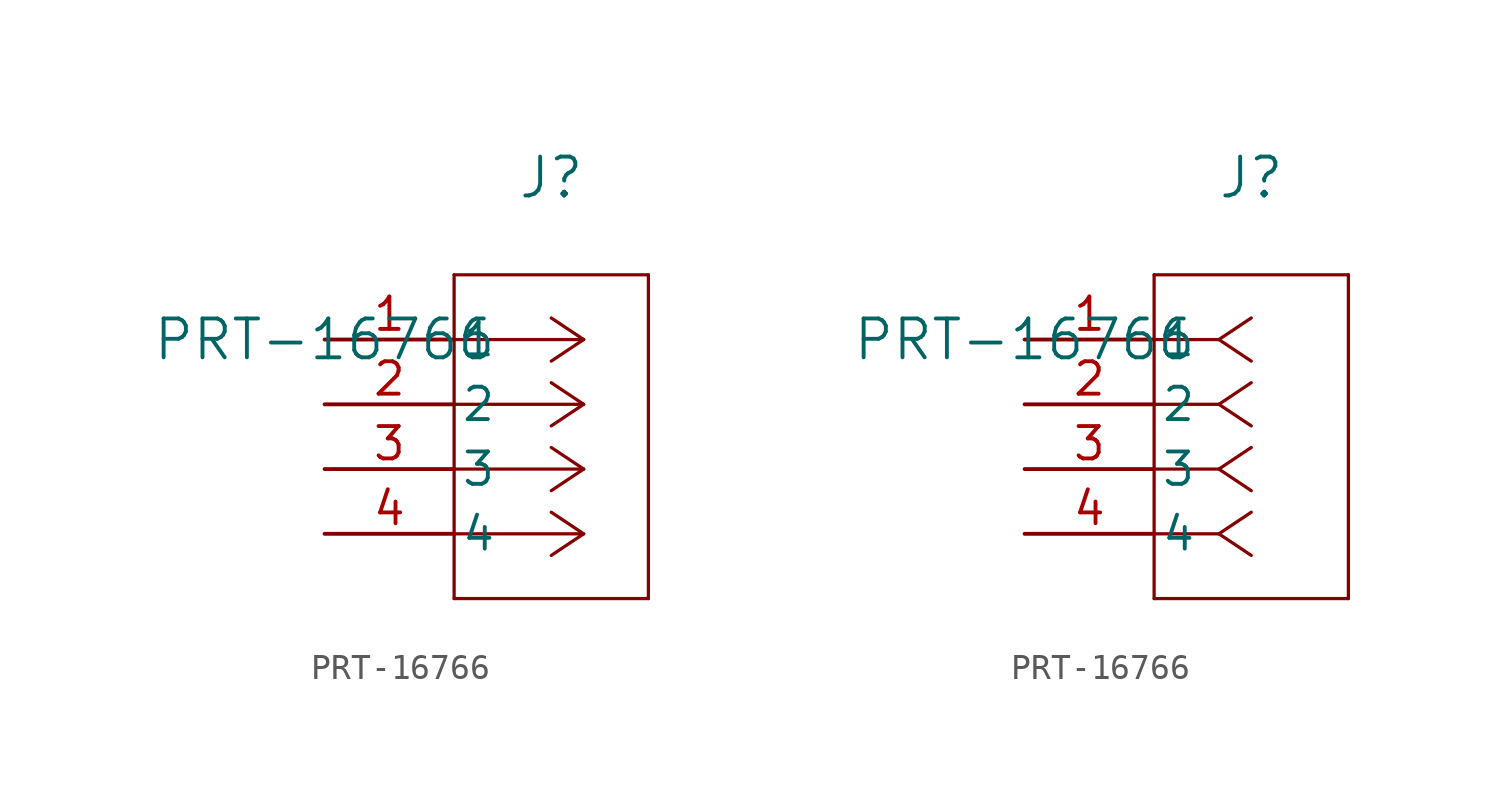
<source format=kicad_sym>
(kicad_symbol_lib
  (version 20211014)
  (generator kicad_symbol_editor)
  (symbol "PRT-16766"
    (pin_names
      (offset 0.254))
    (property "Reference" "J"
      (at 8.89 6.35 0)
      (effects (font (size 1.524 1.524))))
    (property "Value" "PRT-16766"
      (at 0 0 0)
      (effects (font (size 1.524 1.524))))
    (symbol "PRT-16766_1_1"
      (polyline (pts (xy 10.16 0) (xy 5.08 0)) (stroke (width 0.127) (type default) (color 0 0 0 0)) (fill (type none)))
      (polyline (pts (xy 10.16 -2.54) (xy 5.08 -2.54)) (stroke (width 0.127) (type default) (color 0 0 0 0)) (fill (type none)))
      (polyline (pts (xy 10.16 -5.08) (xy 5.08 -5.08)) (stroke (width 0.127) (type default) (color 0 0 0 0)) (fill (type none)))
      (polyline (pts (xy 10.16 -7.62) (xy 5.08 -7.62)) (stroke (width 0.127) (type default) (color 0 0 0 0)) (fill (type none)))
      (polyline (pts (xy 10.16 0) (xy 8.89 0.847)) (stroke (width 0.127) (type default) (color 0 0 0 0)) (fill (type none)))
      (polyline (pts (xy 10.16 -2.54) (xy 8.89 -1.693)) (stroke (width 0.127) (type default) (color 0 0 0 0)) (fill (type none)))
      (polyline (pts (xy 10.16 -5.08) (xy 8.89 -4.233)) (stroke (width 0.127) (type default) (color 0 0 0 0)) (fill (type none)))
      (polyline (pts (xy 10.16 -7.62) (xy 8.89 -6.773)) (stroke (width 0.127) (type default) (color 0 0 0 0)) (fill (type none)))
      (polyline (pts (xy 10.16 0) (xy 8.89 -0.847)) (stroke (width 0.127) (type default) (color 0 0 0 0)) (fill (type none)))
      (polyline (pts (xy 10.16 -2.54) (xy 8.89 -3.387)) (stroke (width 0.127) (type default) (color 0 0 0 0)) (fill (type none)))
      (polyline (pts (xy 10.16 -5.08) (xy 8.89 -5.927)) (stroke (width 0.127) (type default) (color 0 0 0 0)) (fill (type none)))
      (polyline (pts (xy 10.16 -7.62) (xy 8.89 -8.467)) (stroke (width 0.127) (type default) (color 0 0 0 0)) (fill (type none)))
      (polyline (pts (xy 5.08 2.54) (xy 5.08 -10.16)) (stroke (width 0.127) (type default) (color 0 0 0 0)) (fill (type none)))
      (polyline (pts (xy 5.08 -10.16) (xy 12.7 -10.16)) (stroke (width 0.127) (type default) (color 0 0 0 0)) (fill (type none)))
      (polyline (pts (xy 12.7 -10.16) (xy 12.7 2.54)) (stroke (width 0.127) (type default) (color 0 0 0 0)) (fill (type none)))
      (polyline (pts (xy 12.7 2.54) (xy 5.08 2.54)) (stroke (width 0.127) (type default) (color 0 0 0 0)) (fill (type none)))
      (pin unspecified line (at 0 0 0) (length 5.08) (name "1" (effects (font (size 1.27 1.27)))) (number "1" (effects (font (size 1.27 1.27)))))
      (pin unspecified line (at 0 -2.54 0) (length 5.08) (name "2" (effects (font (size 1.27 1.27)))) (number "2" (effects (font (size 1.27 1.27)))))
      (pin unspecified line (at 0 -5.08 0) (length 5.08) (name "3" (effects (font (size 1.27 1.27)))) (number "3" (effects (font (size 1.27 1.27)))))
      (pin unspecified line (at 0 -7.62 0) (length 5.08) (name "4" (effects (font (size 1.27 1.27)))) (number "4" (effects (font (size 1.27 1.27))))))
    (symbol "PRT-16766_1_2"
      (polyline (pts (xy 7.62 0) (xy 5.08 0)) (stroke (width 0.127) (type default) (color 0 0 0 0)) (fill (type none)))
      (polyline (pts (xy 7.62 -2.54) (xy 5.08 -2.54)) (stroke (width 0.127) (type default) (color 0 0 0 0)) (fill (type none)))
      (polyline (pts (xy 7.62 -5.08) (xy 5.08 -5.08)) (stroke (width 0.127) (type default) (color 0 0 0 0)) (fill (type none)))
      (polyline (pts (xy 7.62 -7.62) (xy 5.08 -7.62)) (stroke (width 0.127) (type default) (color 0 0 0 0)) (fill (type none)))
      (polyline (pts (xy 7.62 0) (xy 8.89 0.847)) (stroke (width 0.127) (type default) (color 0 0 0 0)) (fill (type none)))
      (polyline (pts (xy 7.62 -2.54) (xy 8.89 -1.693)) (stroke (width 0.127) (type default) (color 0 0 0 0)) (fill (type none)))
      (polyline (pts (xy 7.62 -5.08) (xy 8.89 -4.233)) (stroke (width 0.127) (type default) (color 0 0 0 0)) (fill (type none)))
      (polyline (pts (xy 7.62 -7.62) (xy 8.89 -6.773)) (stroke (width 0.127) (type default) (color 0 0 0 0)) (fill (type none)))
      (polyline (pts (xy 7.62 0) (xy 8.89 -0.847)) (stroke (width 0.127) (type default) (color 0 0 0 0)) (fill (type none)))
      (polyline (pts (xy 7.62 -2.54) (xy 8.89 -3.387)) (stroke (width 0.127) (type default) (color 0 0 0 0)) (fill (type none)))
      (polyline (pts (xy 7.62 -5.08) (xy 8.89 -5.927)) (stroke (width 0.127) (type default) (color 0 0 0 0)) (fill (type none)))
      (polyline (pts (xy 7.62 -7.62) (xy 8.89 -8.467)) (stroke (width 0.127) (type default) (color 0 0 0 0)) (fill (type none)))
      (polyline (pts (xy 5.08 2.54) (xy 5.08 -10.16)) (stroke (width 0.127) (type default) (color 0 0 0 0)) (fill (type none)))
      (polyline (pts (xy 5.08 -10.16) (xy 12.7 -10.16)) (stroke (width 0.127) (type default) (color 0 0 0 0)) (fill (type none)))
      (polyline (pts (xy 12.7 -10.16) (xy 12.7 2.54)) (stroke (width 0.127) (type default) (color 0 0 0 0)) (fill (type none)))
      (polyline (pts (xy 12.7 2.54) (xy 5.08 2.54)) (stroke (width 0.127) (type default) (color 0 0 0 0)) (fill (type none)))
      (pin unspecified line (at 0 0 0) (length 5.08) (name "1" (effects (font (size 1.27 1.27)))) (number "1" (effects (font (size 1.27 1.27)))))
      (pin unspecified line (at 0 -2.54 0) (length 5.08) (name "2" (effects (font (size 1.27 1.27)))) (number "2" (effects (font (size 1.27 1.27)))))
      (pin unspecified line (at 0 -5.08 0) (length 5.08) (name "3" (effects (font (size 1.27 1.27)))) (number "3" (effects (font (size 1.27 1.27)))))
      (pin unspecified line (at 0 -7.62 0) (length 5.08) (name "4" (effects (font (size 1.27 1.27)))) (number "4" (effects (font (size 1.27 1.27))))))))
</source>
